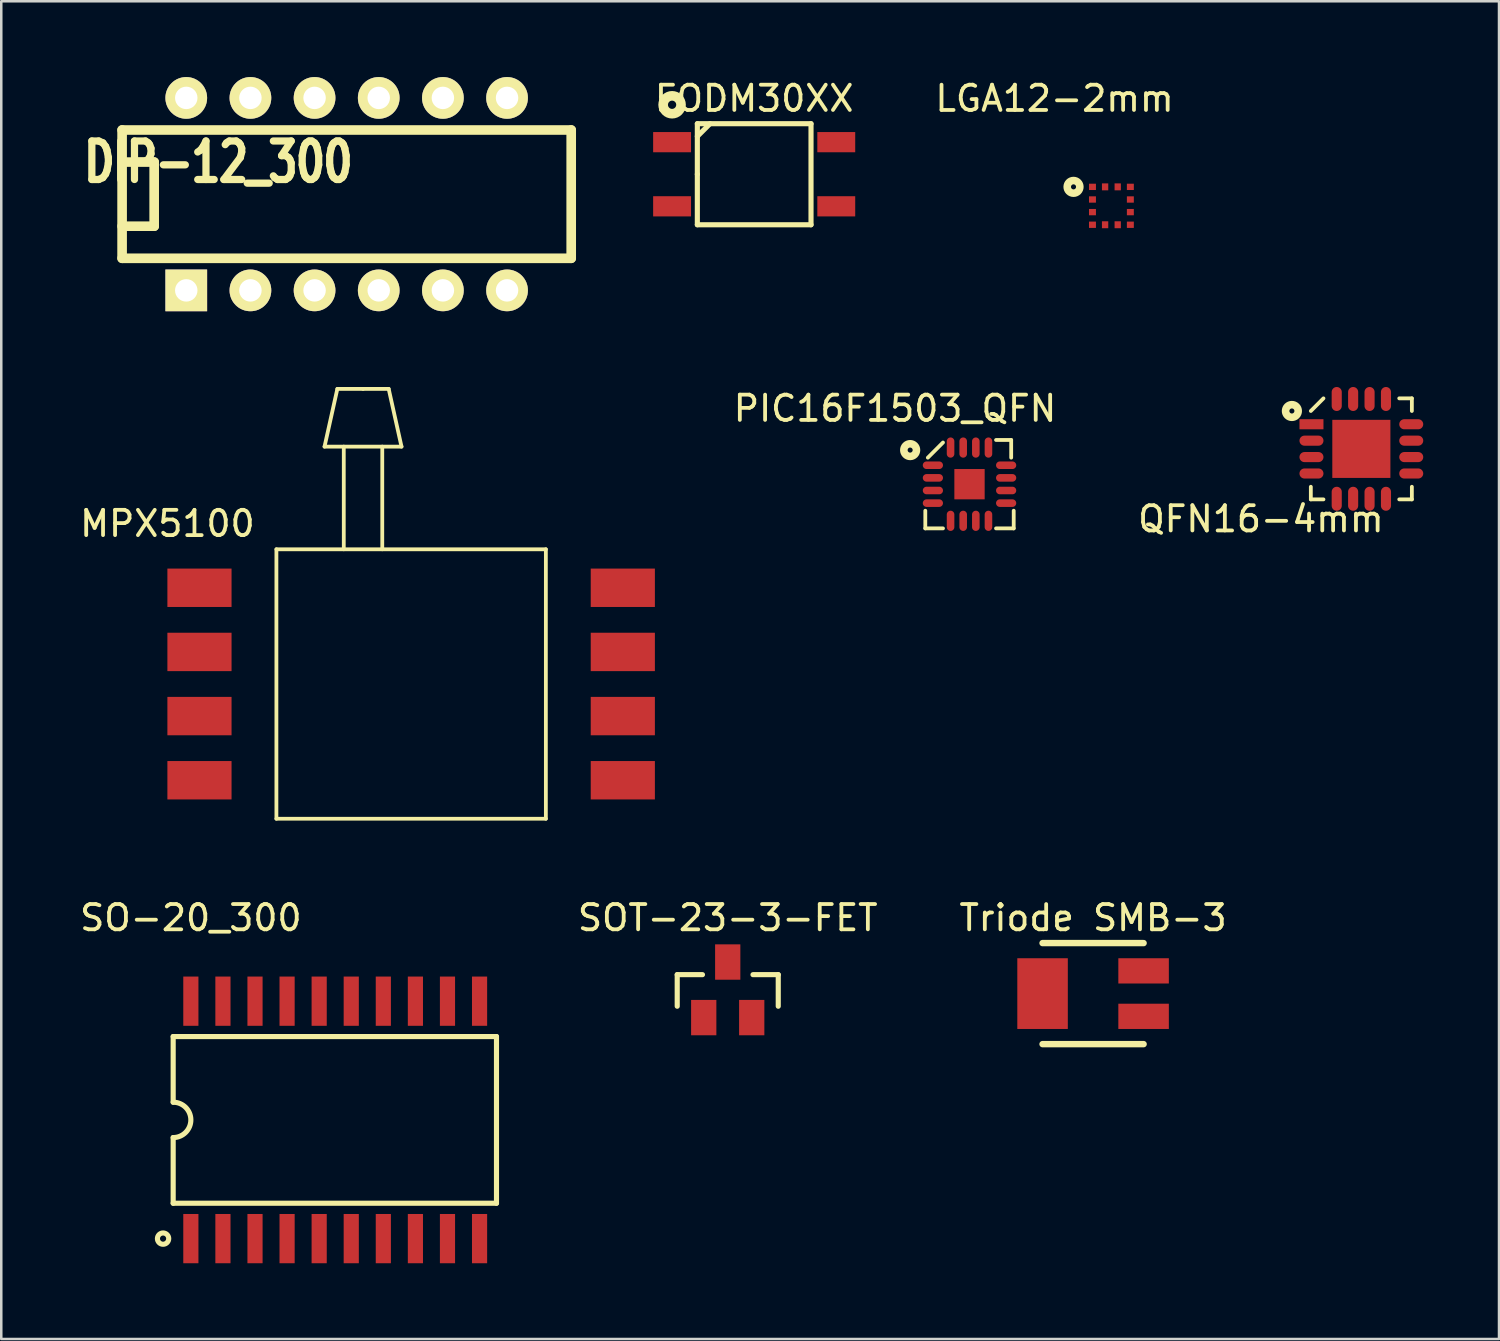
<source format=kicad_pcb>
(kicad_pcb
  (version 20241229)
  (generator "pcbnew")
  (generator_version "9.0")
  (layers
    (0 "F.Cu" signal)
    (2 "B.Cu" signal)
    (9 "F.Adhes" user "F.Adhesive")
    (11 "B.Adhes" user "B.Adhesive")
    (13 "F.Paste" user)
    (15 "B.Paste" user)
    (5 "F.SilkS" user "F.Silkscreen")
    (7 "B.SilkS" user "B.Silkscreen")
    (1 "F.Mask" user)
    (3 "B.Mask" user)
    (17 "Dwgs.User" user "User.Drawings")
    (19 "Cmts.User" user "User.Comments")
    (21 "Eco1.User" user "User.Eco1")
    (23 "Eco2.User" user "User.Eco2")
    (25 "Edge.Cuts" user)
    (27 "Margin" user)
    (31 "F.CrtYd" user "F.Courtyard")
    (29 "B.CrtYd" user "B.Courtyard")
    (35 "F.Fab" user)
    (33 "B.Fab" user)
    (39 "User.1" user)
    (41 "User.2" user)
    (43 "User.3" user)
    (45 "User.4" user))
  (footprint "MPX5100"
    (layer "F.Cu")
    (at 4.847 20.22)
    (property "Reference" "MPX5100" (at -1.27 -2.54 0) (layer "F.SilkS") (effects (font (size 1 1) (thickness 0.15))))
    (attr through_hole)
    (fp_line (start 3.046 -1.524) (end 13.714 -1.524) (stroke (width 0.15) (type solid)) (layer "F.SilkS"))
    (fp_line (start 3.046 9.144) (end 3.046 -1.524) (stroke (width 0.15) (type solid)) (layer "F.SilkS"))
    (fp_line (start 4.951 -5.588) (end 5.459 -7.874) (stroke (width 0.15) (type solid)) (layer "F.SilkS"))
    (fp_line (start 5.459 -7.874) (end 6.475 -7.874) (stroke (width 0.15) (type solid)) (layer "F.SilkS"))
    (fp_line (start 5.713 -5.588) (end 5.713 -1.524) (stroke (width 0.15) (type solid)) (layer "F.SilkS"))
    (fp_line (start 6.475 -7.874) (end 7.491 -7.874) (stroke (width 0.15) (type solid)) (layer "F.SilkS"))
    (fp_line (start 7.237 -5.588) (end 7.237 -1.524) (stroke (width 0.15) (type solid)) (layer "F.SilkS"))
    (fp_line (start 7.491 -7.874) (end 7.999 -5.588) (stroke (width 0.15) (type solid)) (layer "F.SilkS"))
    (fp_line (start 7.999 -5.588) (end 4.951 -5.588) (stroke (width 0.15) (type solid)) (layer "F.SilkS"))
    (fp_line (start 13.714 -1.524) (end 13.714 9.144) (stroke (width 0.15) (type solid)) (layer "F.SilkS"))
    (fp_line (start 13.714 9.144) (end 3.046 9.144) (stroke (width 0.15) (type solid)) (layer "F.SilkS"))
    (pad "1" smd rect (at 0 0) (size 2.54 1.52) (layers "F.Cu" "F.Mask" "F.Paste"))
    (pad "2" smd rect (at 0 2.54) (size 2.54 1.52) (layers "F.Cu" "F.Mask" "F.Paste"))
    (pad "3" smd rect (at 0 5.08) (size 2.54 1.52) (layers "F.Cu" "F.Mask" "F.Paste"))
    (pad "4" smd rect (at 0 7.62) (size 2.54 1.52) (layers "F.Cu" "F.Mask" "F.Paste"))
    (pad "5" smd rect (at 16.76 7.62) (size 2.54 1.52) (layers "F.Cu" "F.Mask" "F.Paste"))
    (pad "6" smd rect (at 16.76 5.08) (size 2.54 1.52) (layers "F.Cu" "F.Mask" "F.Paste"))
    (pad "7" smd rect (at 16.76 2.54) (size 2.54 1.52) (layers "F.Cu" "F.Mask" "F.Paste"))
    (pad "8" smd rect (at 16.76 0) (size 2.54 1.52) (layers "F.Cu" "F.Mask" "F.Paste")))
  (footprint "SOT-23-3-FET"
    (layer "F.Cu")
    (at 25.761 35.037)
    (property "Reference" "SOT-23-3-FET" (at 0 -1.75 0) (layer "F.SilkS") (effects (font (size 1 1) (thickness 0.15))))
    (attr through_hole)
    (fp_line (start -2 0.5) (end -2 1.75) (stroke (width 0.203) (type solid)) (layer "F.SilkS"))
    (fp_line (start -1 0.5) (end -2 0.5) (stroke (width 0.203) (type solid)) (layer "F.SilkS"))
    (fp_line (start 1 0.5) (end 2 0.5) (stroke (width 0.203) (type solid)) (layer "F.SilkS"))
    (fp_line (start 2 0.5) (end 2 1.75) (stroke (width 0.203) (type solid)) (layer "F.SilkS"))
    (pad "D" smd rect (at 0 0) (size 1 1.4) (layers "F.Cu" "F.Mask" "F.Paste"))
    (pad "G" smd rect (at -0.95 2.2) (size 1 1.4) (layers "F.Cu" "F.Mask" "F.Paste"))
    (pad "S" smd rect (at 0.95 2.2) (size 1 1.4) (layers "F.Cu" "F.Mask" "F.Paste")))
  (footprint "QFN16-4mm"
    (layer "F.Cu")
    (at 50.846 14.721)
    (property "Reference" "QFN16-4mm" (at -3.975 2.775 0) (layer "F.SilkS") (effects (font (size 1 1) (thickness 0.15))))
    (attr through_hole)
    (fp_line (start -2 -1.5) (end -1.5 -2) (stroke (width 0.15) (type solid)) (layer "F.SilkS"))
    (fp_line (start -2 2) (end -2 1.5) (stroke (width 0.15) (type solid)) (layer "F.SilkS"))
    (fp_line (start -1.5 2) (end -2 2) (stroke (width 0.15) (type solid)) (layer "F.SilkS"))
    (fp_line (start 1.5 -2) (end 2 -2) (stroke (width 0.15) (type solid)) (layer "F.SilkS"))
    (fp_line (start 2 -2) (end 2 -1.5) (stroke (width 0.15) (type solid)) (layer "F.SilkS"))
    (fp_line (start 2 1.5) (end 2 2) (stroke (width 0.15) (type solid)) (layer "F.SilkS"))
    (fp_line (start 2 2) (end 1.5 2) (stroke (width 0.15) (type solid)) (layer "F.SilkS"))
    (fp_circle (center -2.75 -1.5) (end -2.65 -1.5) (stroke (width 0.3) (type solid)) (fill no) (layer "F.SilkS"))
    (pad "1" smd rect (at -1.975 -0.975) (size 0.95 0.4) (layers "F.Cu" "F.Mask" "F.Paste"))
    (pad "2" smd oval (at -1.975 -0.325) (size 0.95 0.4) (layers "F.Cu" "F.Mask" "F.Paste"))
    (pad "3" smd oval (at -1.975 0.325) (size 0.95 0.4) (layers "F.Cu" "F.Mask" "F.Paste"))
    (pad "4" smd oval (at -1.975 0.975) (size 0.95 0.4) (layers "F.Cu" "F.Mask" "F.Paste"))
    (pad "5" smd oval (at -0.975 1.975 90) (size 0.95 0.4) (layers "F.Cu" "F.Mask" "F.Paste"))
    (pad "6" smd oval (at -0.325 1.975 90) (size 0.95 0.4) (layers "F.Cu" "F.Mask" "F.Paste"))
    (pad "7" smd oval (at 0.325 1.975 90) (size 0.95 0.4) (layers "F.Cu" "F.Mask" "F.Paste"))
    (pad "8" smd oval (at 0.975 1.975 90) (size 0.95 0.4) (layers "F.Cu" "F.Mask" "F.Paste"))
    (pad "9" smd oval (at 1.975 0.975) (size 0.95 0.4) (layers "F.Cu" "F.Mask" "F.Paste"))
    (pad "10" smd oval (at 1.975 0.325) (size 0.95 0.4) (layers "F.Cu" "F.Mask" "F.Paste"))
    (pad "11" smd oval (at 1.975 -0.325) (size 0.95 0.4) (layers "F.Cu" "F.Mask" "F.Paste"))
    (pad "12" smd oval (at 1.975 -0.975) (size 0.95 0.4) (layers "F.Cu" "F.Mask" "F.Paste"))
    (pad "13" smd oval (at 0.975 -1.975 90) (size 0.95 0.4) (layers "F.Cu" "F.Mask" "F.Paste"))
    (pad "14" smd oval (at 0.325 -1.975 90) (size 0.95 0.4) (layers "F.Cu" "F.Mask" "F.Paste"))
    (pad "15" smd oval (at -0.325 -1.975 90) (size 0.95 0.4) (layers "F.Cu" "F.Mask" "F.Paste"))
    (pad "16" smd oval (at -0.975 -1.975 90) (size 0.95 0.4) (layers "F.Cu" "F.Mask" "F.Paste"))
    (pad "17" smd rect (at 0 0) (size 2.3 2.3) (layers "F.Cu" "F.Mask" "F.Paste")))
  (footprint "Triode SMB-3"
    (layer "F.Cu")
    (at 40.225 36.287)
    (property "Reference" "Triode SMB-3" (at 0 -3 0) (layer "F.SilkS") (effects (font (size 1 1) (thickness 0.15))))
    (attr through_hole)
    (fp_line (start -2 -2) (end 2 -2) (stroke (width 0.254) (type solid)) (layer "F.SilkS"))
    (fp_line (start -2 2) (end 2 2) (stroke (width 0.254) (type solid)) (layer "F.SilkS"))
    (pad "1" smd rect (at 2 0.9) (size 2 1) (layers "F.Cu" "F.Mask" "F.Paste"))
    (pad "2" smd rect (at -2 0) (size 2 2.8) (layers "F.Cu" "F.Mask" "F.Paste"))
    (pad "3" smd rect (at 2 -0.9) (size 2 1) (layers "F.Cu" "F.Mask" "F.Paste")))
  (footprint "LGA12-2mm"
    (layer "F.Cu")
    (at 40.951 5.098)
    (property "Reference" "LGA12-2mm" (at -2.25 -4.25 0) (layer "F.SilkS") (effects (font (size 1 1) (thickness 0.15))))
    (attr through_hole)
    (fp_circle (center -1.5 -0.75) (end -1.5 -0.85) (stroke (width 0.3) (type solid)) (fill no) (layer "F.SilkS"))
    (pad "1" smd rect (at -0.75 -0.75 90) (size 0.25 0.275) (layers "F.Cu" "F.Mask" "F.Paste"))
    (pad "2" smd rect (at -0.75 -0.25 90) (size 0.25 0.275) (layers "F.Cu" "F.Mask" "F.Paste"))
    (pad "3" smd rect (at -0.75 0.25 90) (size 0.25 0.275) (layers "F.Cu" "F.Mask" "F.Paste"))
    (pad "4" smd rect (at -0.75 0.75 90) (size 0.25 0.275) (layers "F.Cu" "F.Mask" "F.Paste"))
    (pad "5" smd rect (at -0.25 0.75 180) (size 0.25 0.275) (layers "F.Cu" "F.Mask" "F.Paste"))
    (pad "6" smd rect (at 0.25 0.75 180) (size 0.25 0.275) (layers "F.Cu" "F.Mask" "F.Paste"))
    (pad "7" smd rect (at 0.75 0.75 90) (size 0.25 0.275) (layers "F.Cu" "F.Mask" "F.Paste"))
    (pad "8" smd rect (at 0.75 0.25 90) (size 0.25 0.275) (layers "F.Cu" "F.Mask" "F.Paste"))
    (pad "9" smd rect (at 0.75 -0.25 90) (size 0.25 0.275) (layers "F.Cu" "F.Mask" "F.Paste"))
    (pad "10" smd rect (at 0.75 -0.75 90) (size 0.25 0.275) (layers "F.Cu" "F.Mask" "F.Paste"))
    (pad "11" smd rect (at 0.25 -0.75 180) (size 0.25 0.275) (layers "F.Cu" "F.Mask" "F.Paste"))
    (pad "12" smd rect (at -0.25 -0.75 180) (size 0.25 0.275) (layers "F.Cu" "F.Mask" "F.Paste")))
  (footprint "PIC16F1503_QFN"
    (layer "F.Cu")
    (at 33.883 15.369)
    (property "Reference" "PIC16F1503_QFN" (at -1.5 -2.25 0) (layer "F.SilkS") (effects (font (size 1 1) (thickness 0.15))))
    (attr through_hole)
    (fp_line (start -0.3 1.8) (end -0.3 2.5) (stroke (width 0.15) (type solid)) (layer "F.SilkS"))
    (fp_line (start -0.3 2.5) (end 0.4 2.5) (stroke (width 0.15) (type solid)) (layer "F.SilkS"))
    (fp_line (start -0.2 -0.3) (end 0.4 -0.9) (stroke (width 0.15) (type solid)) (layer "F.SilkS"))
    (fp_line (start 2.5 2.5) (end 3.2 2.5) (stroke (width 0.15) (type solid)) (layer "F.SilkS"))
    (fp_line (start 3.1 -1) (end 2.5 -1) (stroke (width 0.15) (type solid)) (layer "F.SilkS"))
    (fp_line (start 3.1 -0.3) (end 3.1 -1) (stroke (width 0.15) (type solid)) (layer "F.SilkS"))
    (fp_line (start 3.2 2.5) (end 3.2 1.8) (stroke (width 0.15) (type solid)) (layer "F.SilkS"))
    (fp_circle (center -0.9 -0.6) (end -0.9 -0.5) (stroke (width 0.3) (type solid)) (fill no) (layer "F.SilkS"))
    (pad "1" smd oval (at 0 0) (size 0.8 0.3) (layers "F.Cu" "F.Mask" "F.Paste"))
    (pad "2" smd oval (at 0 0.5) (size 0.8 0.3) (layers "F.Cu" "F.Mask" "F.Paste"))
    (pad "3" smd oval (at 0 1) (size 0.8 0.3) (layers "F.Cu" "F.Mask" "F.Paste"))
    (pad "4" smd oval (at 0 1.5) (size 0.8 0.3) (layers "F.Cu" "F.Mask" "F.Paste"))
    (pad "5" smd oval (at 0.7 2.2) (size 0.3 0.8) (layers "F.Cu" "F.Mask" "F.Paste"))
    (pad "6" smd oval (at 1.2 2.2) (size 0.3 0.8) (layers "F.Cu" "F.Mask" "F.Paste"))
    (pad "7" smd oval (at 1.7 2.2) (size 0.3 0.8) (layers "F.Cu" "F.Mask" "F.Paste"))
    (pad "8" smd oval (at 2.2 2.2) (size 0.3 0.8) (layers "F.Cu" "F.Mask" "F.Paste"))
    (pad "9" smd oval (at 2.9 1.5) (size 0.8 0.3) (layers "F.Cu" "F.Mask" "F.Paste"))
    (pad "10" smd oval (at 2.9 1) (size 0.8 0.3) (layers "F.Cu" "F.Mask" "F.Paste"))
    (pad "11" smd oval (at 2.9 0.5) (size 0.8 0.3) (layers "F.Cu" "F.Mask" "F.Paste"))
    (pad "12" smd oval (at 2.9 0) (size 0.8 0.3) (layers "F.Cu" "F.Mask" "F.Paste"))
    (pad "13" smd oval (at 2.2 -0.7) (size 0.3 0.8) (layers "F.Cu" "F.Mask" "F.Paste"))
    (pad "14" smd oval (at 1.7 -0.7) (size 0.3 0.8) (layers "F.Cu" "F.Mask" "F.Paste"))
    (pad "15" smd oval (at 1.2 -0.7) (size 0.3 0.8) (layers "F.Cu" "F.Mask" "F.Paste"))
    (pad "16" smd oval (at 0.7 -0.7) (size 0.3 0.8) (layers "F.Cu" "F.Mask" "F.Paste"))
    (pad "17" smd rect (at 1.45 0.75) (size 1.2 1.2) (layers "F.Cu" "F.Mask" "F.Paste")))
  (footprint "FODM30XX"
    (layer "F.Cu")
    (at 26.808 3.848)
    (property "Reference" "FODM30XX" (at 0 -3 0) (layer "F.SilkS") (effects (font (size 1 1) (thickness 0.15))))
    (attr through_hole)
    (fp_line (start -2.25 -2) (end 2.25 -2) (stroke (width 0.203) (type solid)) (layer "F.SilkS"))
    (fp_line (start -2.25 -1.5) (end -1.75 -2) (stroke (width 0.203) (type solid)) (layer "F.SilkS"))
    (fp_line (start -2.25 0) (end -2.25 -2) (stroke (width 0.203) (type solid)) (layer "F.SilkS"))
    (fp_line (start -2.25 2) (end -2.25 0) (stroke (width 0.203) (type solid)) (layer "F.SilkS"))
    (fp_line (start 2.25 -2) (end 2.25 2) (stroke (width 0.203) (type solid)) (layer "F.SilkS"))
    (fp_line (start 2.25 2) (end -2.25 2) (stroke (width 0.203) (type solid)) (layer "F.SilkS"))
    (fp_circle (center -3.25 -2.75) (end -2.896 -2.75) (stroke (width 0.381) (type solid)) (fill no) (layer "F.SilkS"))
    (pad "1" smd rect (at -3.25 -1.27) (size 1.5 0.8) (layers "F.Cu" "F.Mask" "F.Paste"))
    (pad "2" smd rect (at -3.25 1.27) (size 1.5 0.8) (layers "F.Cu" "F.Mask" "F.Paste"))
    (pad "3" smd rect (at 3.25 1.27) (size 1.5 0.8) (layers "F.Cu" "F.Mask" "F.Paste"))
    (pad "4" smd rect (at 3.25 -1.27) (size 1.5 0.8) (layers "F.Cu" "F.Mask" "F.Paste")))
  (footprint "DIP-12_300"
    (layer "F.Cu")
    (at 10.674 4.636)
    (property "Reference" "DIP-12_300" (at -5.08 -1.27 0) (layer "F.SilkS") (effects (font (size 1.524 1.143) (thickness 0.305))))
    (attr through_hole)
    (fp_line (start -8.89 -2.54) (end 8.89 -2.54) (stroke (width 0.381) (type solid)) (layer "F.SilkS"))
    (fp_line (start -8.89 -1.27) (end -7.62 -1.27) (stroke (width 0.381) (type solid)) (layer "F.SilkS"))
    (fp_line (start -8.89 2.54) (end -8.89 -2.54) (stroke (width 0.381) (type solid)) (layer "F.SilkS"))
    (fp_line (start -7.62 -1.27) (end -7.62 1.27) (stroke (width 0.381) (type solid)) (layer "F.SilkS"))
    (fp_line (start -7.62 1.27) (end -8.89 1.27) (stroke (width 0.381) (type solid)) (layer "F.SilkS"))
    (fp_line (start 8.89 -2.54) (end 8.89 2.54) (stroke (width 0.381) (type solid)) (layer "F.SilkS"))
    (fp_line (start 8.89 2.54) (end -8.89 2.54) (stroke (width 0.381) (type solid)) (layer "F.SilkS"))
    (pad "1" thru_hole rect (at -6.35 3.81) (size 1.651 1.651) (drill 0.889) (layers "*.Cu" "*.Mask" "F.SilkS"))
    (pad "2" thru_hole circle (at -3.81 3.81) (size 1.651 1.651) (drill 0.889) (layers "*.Cu" "*.Mask" "F.SilkS"))
    (pad "3" thru_hole circle (at -1.27 3.81) (size 1.651 1.651) (drill 0.889) (layers "*.Cu" "*.Mask" "F.SilkS"))
    (pad "4" thru_hole circle (at 1.27 3.81) (size 1.651 1.651) (drill 0.889) (layers "*.Cu" "*.Mask" "F.SilkS"))
    (pad "5" thru_hole circle (at 3.81 3.81) (size 1.651 1.651) (drill 0.889) (layers "*.Cu" "*.Mask" "F.SilkS"))
    (pad "6" thru_hole circle (at 6.35 3.81) (size 1.651 1.651) (drill 0.889) (layers "*.Cu" "*.Mask" "F.SilkS"))
    (pad "7" thru_hole circle (at 6.35 -3.81) (size 1.651 1.651) (drill 0.889) (layers "*.Cu" "*.Mask" "F.SilkS"))
    (pad "8" thru_hole circle (at 3.81 -3.81) (size 1.651 1.651) (drill 0.889) (layers "*.Cu" "*.Mask" "F.SilkS"))
    (pad "9" thru_hole circle (at 1.27 -3.81) (size 1.651 1.651) (drill 0.889) (layers "*.Cu" "*.Mask" "F.SilkS"))
    (pad "10" thru_hole circle (at -1.27 -3.81) (size 1.651 1.651) (drill 0.889) (layers "*.Cu" "*.Mask" "F.SilkS"))
    (pad "11" thru_hole circle (at -3.81 -3.81) (size 1.651 1.651) (drill 0.889) (layers "*.Cu" "*.Mask" "F.SilkS"))
    (pad "12" thru_hole circle (at -6.35 -3.81) (size 1.651 1.651) (drill 0.889) (layers "*.Cu" "*.Mask" "F.SilkS")))
  (footprint "SO-20_300"
    (layer "F.Cu")
    (at 4.506 45.987)
    (property "Reference" "SO-20_300" (at 0 -12.7 0) (layer "F.SilkS") (effects (font (size 1 1) (thickness 0.15))))
    (attr through_hole)
    (fp_line (start -0.7 -8) (end 12.1 -8) (stroke (width 0.203) (type solid)) (layer "F.SilkS"))
    (fp_line (start -0.7 -5.4) (end -0.7 -8) (stroke (width 0.203) (type solid)) (layer "F.SilkS"))
    (fp_line (start -0.7 -4) (end -0.7 -1.4) (stroke (width 0.203) (type solid)) (layer "F.SilkS"))
    (fp_line (start 12.1 -8) (end 12.1 -1.4) (stroke (width 0.203) (type solid)) (layer "F.SilkS"))
    (fp_line (start 12.1 -1.4) (end -0.7 -1.4) (stroke (width 0.203) (type solid)) (layer "F.SilkS"))
    (fp_arc (start -0.7 -5.4) (mid 0 -4.7) (end -0.7 -4) (stroke (width 0.2032) (type solid)) (layer "F.SilkS"))
    (fp_circle (center -1.1 0) (end -0.9 0.1) (stroke (width 0.203) (type solid)) (fill no) (layer "F.SilkS"))
    (pad "1" smd rect (at 0 0) (size 0.6 1.95) (layers "F.Cu" "F.Mask" "F.Paste"))
    (pad "2" smd rect (at 1.27 0) (size 0.6 1.95) (layers "F.Cu" "F.Mask" "F.Paste"))
    (pad "3" smd rect (at 2.54 0) (size 0.6 1.95) (layers "F.Cu" "F.Mask" "F.Paste"))
    (pad "4" smd rect (at 3.81 0) (size 0.6 1.95) (layers "F.Cu" "F.Mask" "F.Paste"))
    (pad "5" smd rect (at 5.08 0) (size 0.6 1.95) (layers "F.Cu" "F.Mask" "F.Paste"))
    (pad "6" smd rect (at 6.35 0) (size 0.6 1.95) (layers "F.Cu" "F.Mask" "F.Paste"))
    (pad "7" smd rect (at 7.62 0) (size 0.6 1.95) (layers "F.Cu" "F.Mask" "F.Paste"))
    (pad "8" smd rect (at 8.89 0) (size 0.6 1.95) (layers "F.Cu" "F.Mask" "F.Paste"))
    (pad "9" smd rect (at 10.16 0) (size 0.6 1.95) (layers "F.Cu" "F.Mask" "F.Paste"))
    (pad "10" smd rect (at 11.43 0) (size 0.6 1.95) (layers "F.Cu" "F.Mask" "F.Paste"))
    (pad "11" smd rect (at 11.43 -9.4) (size 0.6 1.95) (layers "F.Cu" "F.Mask" "F.Paste"))
    (pad "12" smd rect (at 10.16 -9.4) (size 0.6 1.95) (layers "F.Cu" "F.Mask" "F.Paste"))
    (pad "13" smd rect (at 8.89 -9.4) (size 0.6 1.95) (layers "F.Cu" "F.Mask" "F.Paste"))
    (pad "14" smd rect (at 7.62 -9.4) (size 0.6 1.95) (layers "F.Cu" "F.Mask" "F.Paste"))
    (pad "15" smd rect (at 6.35 -9.4) (size 0.6 1.95) (layers "F.Cu" "F.Mask" "F.Paste"))
    (pad "16" smd rect (at 5.08 -9.4) (size 0.6 1.95) (layers "F.Cu" "F.Mask" "F.Paste"))
    (pad "17" smd rect (at 3.81 -9.4) (size 0.6 1.95) (layers "F.Cu" "F.Mask" "F.Paste"))
    (pad "18" smd rect (at 2.54 -9.4) (size 0.6 1.95) (layers "F.Cu" "F.Mask" "F.Paste"))
    (pad "19" smd rect (at 1.27 -9.4) (size 0.6 1.95) (layers "F.Cu" "F.Mask" "F.Paste"))
    (pad "20" smd rect (at 0 -9.4) (size 0.6 1.95) (layers "F.Cu" "F.Mask" "F.Paste")))
  (gr_rect
    (start -3 -3)
    (end 56.296 49.962)
    (stroke (width 0.1) (type default))
    (fill no)
    (layer "Edge.Cuts")))
</source>
